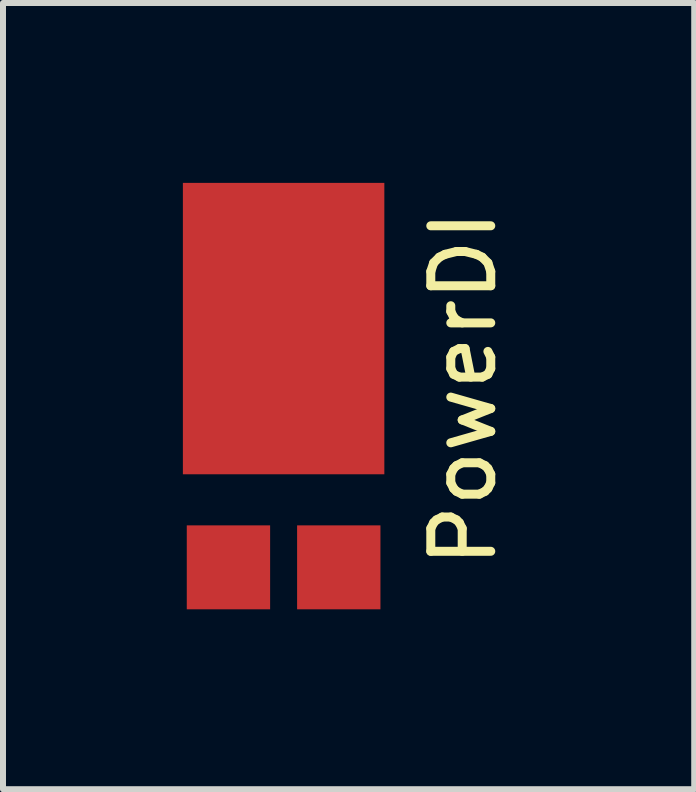
<source format=kicad_pcb>
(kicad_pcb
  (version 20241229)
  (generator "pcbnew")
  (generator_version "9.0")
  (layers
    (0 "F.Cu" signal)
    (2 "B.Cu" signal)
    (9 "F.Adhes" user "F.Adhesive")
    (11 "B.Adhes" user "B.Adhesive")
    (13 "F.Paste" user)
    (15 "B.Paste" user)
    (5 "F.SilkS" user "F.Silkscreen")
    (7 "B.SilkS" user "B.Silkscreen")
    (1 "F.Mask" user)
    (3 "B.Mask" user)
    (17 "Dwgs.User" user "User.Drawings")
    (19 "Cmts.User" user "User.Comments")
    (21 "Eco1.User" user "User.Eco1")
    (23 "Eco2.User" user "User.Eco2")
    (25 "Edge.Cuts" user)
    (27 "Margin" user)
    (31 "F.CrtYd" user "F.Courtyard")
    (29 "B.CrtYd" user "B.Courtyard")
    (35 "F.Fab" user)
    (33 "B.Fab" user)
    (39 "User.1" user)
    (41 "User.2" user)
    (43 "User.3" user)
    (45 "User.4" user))
  (footprint "PowerDI"
    (layer "F.Cu")
    (at 1.68 2.43)
    (property "Reference" "PowerDI" (at 3 1 90) (layer "F.SilkS") (effects (font (size 1 1) (thickness 0.15))))
    (attr through_hole)
    (pad "1" smd rect (at 0 0) (size 3.36 4.86) (layers "F.Cu" "F.Mask" "F.Paste"))
    (pad "2" smd rect (at -0.92 3.982) (size 1.39 1.4) (layers "F.Cu" "F.Mask" "F.Paste"))
    (pad "2" smd rect (at 0.92 3.982) (size 1.39 1.4) (layers "F.Cu" "F.Mask" "F.Paste")))
  (gr_rect
    (start -3 -3)
    (end 8.528 10.112)
    (stroke (width 0.1) (type default))
    (fill no)
    (layer "Edge.Cuts")))
</source>
